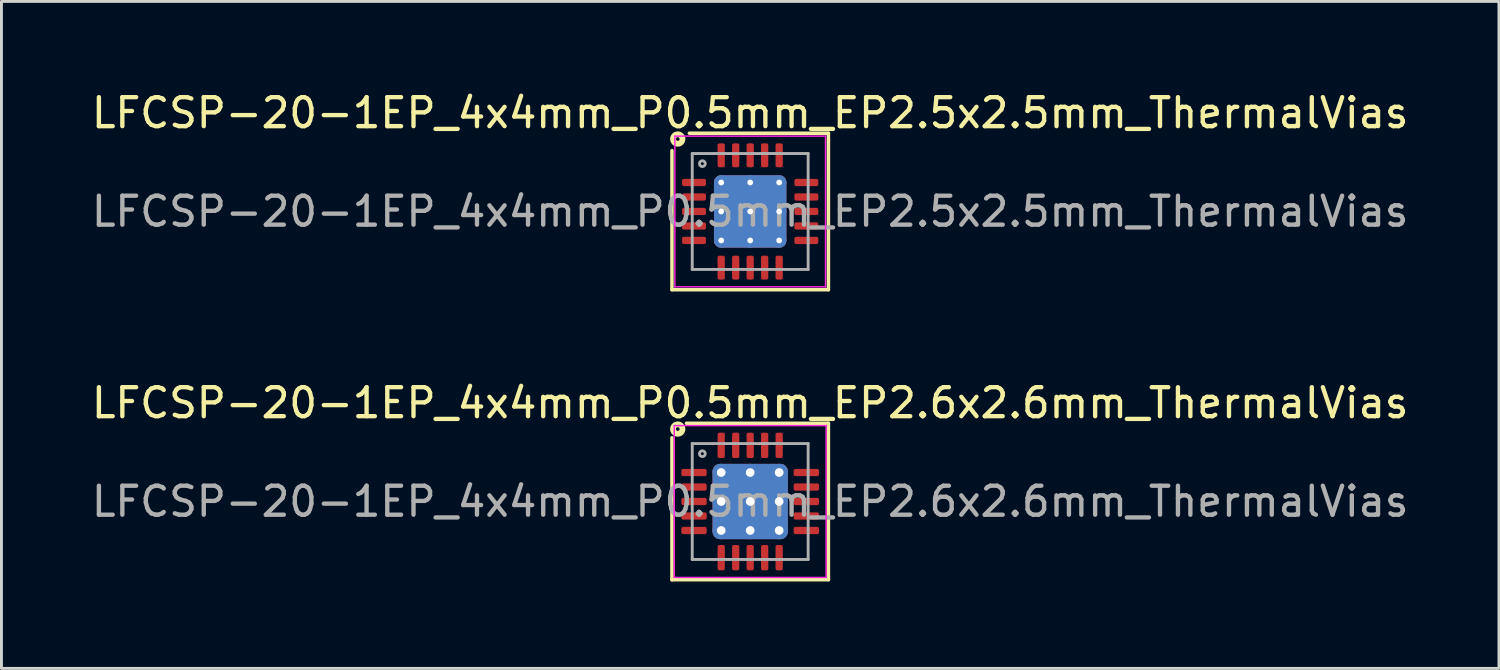
<source format=kicad_pcb>
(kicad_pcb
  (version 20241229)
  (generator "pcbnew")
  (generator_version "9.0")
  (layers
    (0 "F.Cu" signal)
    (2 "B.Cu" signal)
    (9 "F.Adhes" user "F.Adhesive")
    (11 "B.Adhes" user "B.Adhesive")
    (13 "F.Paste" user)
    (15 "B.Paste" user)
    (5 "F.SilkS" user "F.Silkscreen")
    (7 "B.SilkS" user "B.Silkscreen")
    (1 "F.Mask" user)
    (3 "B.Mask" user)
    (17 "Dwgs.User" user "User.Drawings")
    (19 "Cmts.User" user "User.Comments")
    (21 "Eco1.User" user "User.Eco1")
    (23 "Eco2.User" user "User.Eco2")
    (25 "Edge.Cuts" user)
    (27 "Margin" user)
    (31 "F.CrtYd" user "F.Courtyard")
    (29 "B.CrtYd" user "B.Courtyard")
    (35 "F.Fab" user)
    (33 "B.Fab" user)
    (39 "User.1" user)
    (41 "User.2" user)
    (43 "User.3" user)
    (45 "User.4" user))
  (footprint "LFCSP-20-1EP_4x4mm_P0.5mm_EP2.6x2.6mm_ThermalVias"
    (layer "F.Cu")
    (at 22.839 14.257)
    (property "Reference" "LFCSP-20-1EP_4x4mm_P0.5mm_EP2.6x2.6mm_ThermalVias" (at 0 -3.4 0) (layer "F.SilkS") (effects (font (size 1 1) (thickness 0.15))))
    (attr smd)
    (fp_line (start -2.7 2.7) (end -2.7 -2.2) (stroke (width 0.12) (type solid)) (layer "F.SilkS"))
    (fp_line (start 2.7 -2.7) (end -2.2 -2.7) (stroke (width 0.12) (type solid)) (layer "F.SilkS"))
    (fp_line (start 2.7 -2.7) (end 2.7 2.7) (stroke (width 0.12) (type solid)) (layer "F.SilkS"))
    (fp_line (start 2.7 2.7) (end -2.7 2.7) (stroke (width 0.12) (type solid)) (layer "F.SilkS"))
    (fp_circle (center -2.5 -2.5) (end -2.437 -2.5) (stroke (width 0.2) (type solid)) (fill no) (layer "F.SilkS"))
    (fp_line (start -2.62 -2.62) (end -2.62 2.62) (stroke (width 0.05) (type solid)) (layer "F.CrtYd"))
    (fp_line (start -2.62 2.62) (end 2.62 2.62) (stroke (width 0.05) (type solid)) (layer "F.CrtYd"))
    (fp_line (start 2.62 -2.62) (end -2.62 -2.62) (stroke (width 0.05) (type solid)) (layer "F.CrtYd"))
    (fp_line (start 2.62 2.62) (end 2.62 -2.62) (stroke (width 0.05) (type solid)) (layer "F.CrtYd"))
    (fp_line (start -2 -2) (end 2 -2) (stroke (width 0.1) (type solid)) (layer "F.Fab"))
    (fp_line (start -2 2) (end -2 -2) (stroke (width 0.1) (type solid)) (layer "F.Fab"))
    (fp_line (start 2 -2) (end 2 2) (stroke (width 0.1) (type solid)) (layer "F.Fab"))
    (fp_line (start 2 2) (end -2 2) (stroke (width 0.1) (type solid)) (layer "F.Fab"))
    (fp_circle (center -1.65 -1.65) (end -1.55 -1.65) (stroke (width 0.1) (type solid)) (fill no) (layer "F.Fab"))
    (fp_text user "${REFERENCE}" (at 0 0 0) (layer "F.Fab") (effects (font (size 1 1) (thickness 0.15))))
    (pad "" smd roundrect (at -0.65 -0.65) (size 1.09 1.09) (layers "F.Paste") (roundrect_rratio 0.229))
    (pad "" smd roundrect (at -0.65 0.65) (size 1.09 1.09) (layers "F.Paste") (roundrect_rratio 0.229))
    (pad "" smd roundrect (at 0.65 -0.65) (size 1.09 1.09) (layers "F.Paste") (roundrect_rratio 0.229))
    (pad "" smd roundrect (at 0.65 0.65) (size 1.09 1.09) (layers "F.Paste") (roundrect_rratio 0.229))
    (pad "1" smd roundrect (at -1.938 -1) (size 0.875 0.25) (layers "F.Cu" "F.Mask" "F.Paste") (roundrect_rratio 0.25))
    (pad "2" smd roundrect (at -1.938 -0.5) (size 0.875 0.25) (layers "F.Cu" "F.Mask" "F.Paste") (roundrect_rratio 0.25))
    (pad "3" smd roundrect (at -1.938 0) (size 0.875 0.25) (layers "F.Cu" "F.Mask" "F.Paste") (roundrect_rratio 0.25))
    (pad "4" smd roundrect (at -1.938 0.5) (size 0.875 0.25) (layers "F.Cu" "F.Mask" "F.Paste") (roundrect_rratio 0.25))
    (pad "5" smd roundrect (at -1.938 1) (size 0.875 0.25) (layers "F.Cu" "F.Mask" "F.Paste") (roundrect_rratio 0.25))
    (pad "6" smd roundrect (at -1 1.938) (size 0.25 0.875) (layers "F.Cu" "F.Mask" "F.Paste") (roundrect_rratio 0.25))
    (pad "7" smd roundrect (at -0.5 1.938) (size 0.25 0.875) (layers "F.Cu" "F.Mask" "F.Paste") (roundrect_rratio 0.25))
    (pad "8" smd roundrect (at 0 1.938) (size 0.25 0.875) (layers "F.Cu" "F.Mask" "F.Paste") (roundrect_rratio 0.25))
    (pad "9" smd roundrect (at 0.5 1.938) (size 0.25 0.875) (layers "F.Cu" "F.Mask" "F.Paste") (roundrect_rratio 0.25))
    (pad "10" smd roundrect (at 1 1.938) (size 0.25 0.875) (layers "F.Cu" "F.Mask" "F.Paste") (roundrect_rratio 0.25))
    (pad "11" smd roundrect (at 1.938 1) (size 0.875 0.25) (layers "F.Cu" "F.Mask" "F.Paste") (roundrect_rratio 0.25))
    (pad "12" smd roundrect (at 1.938 0.5) (size 0.875 0.25) (layers "F.Cu" "F.Mask" "F.Paste") (roundrect_rratio 0.25))
    (pad "13" smd roundrect (at 1.938 0) (size 0.875 0.25) (layers "F.Cu" "F.Mask" "F.Paste") (roundrect_rratio 0.25))
    (pad "14" smd roundrect (at 1.938 -0.5) (size 0.875 0.25) (layers "F.Cu" "F.Mask" "F.Paste") (roundrect_rratio 0.25))
    (pad "15" smd roundrect (at 1.938 -1) (size 0.875 0.25) (layers "F.Cu" "F.Mask" "F.Paste") (roundrect_rratio 0.25))
    (pad "16" smd roundrect (at 1 -1.938) (size 0.25 0.875) (layers "F.Cu" "F.Mask" "F.Paste") (roundrect_rratio 0.25))
    (pad "17" smd roundrect (at 0.5 -1.938) (size 0.25 0.875) (layers "F.Cu" "F.Mask" "F.Paste") (roundrect_rratio 0.25))
    (pad "18" smd roundrect (at 0 -1.938) (size 0.25 0.875) (layers "F.Cu" "F.Mask" "F.Paste") (roundrect_rratio 0.25))
    (pad "19" smd roundrect (at -0.5 -1.938) (size 0.25 0.875) (layers "F.Cu" "F.Mask" "F.Paste") (roundrect_rratio 0.25))
    (pad "20" smd roundrect (at -1 -1.938) (size 0.25 0.875) (layers "F.Cu" "F.Mask" "F.Paste") (roundrect_rratio 0.25))
    (pad "21" thru_hole circle (at -1 -1) (size 0.6 0.6) (drill 0.3) (property pad_prop_heatsink) (layers "*.Cu"))
    (pad "21" thru_hole circle (at -1 0) (size 0.6 0.6) (drill 0.3) (property pad_prop_heatsink) (layers "*.Cu"))
    (pad "21" thru_hole circle (at -1 1) (size 0.6 0.6) (drill 0.3) (property pad_prop_heatsink) (layers "*.Cu"))
    (pad "21" thru_hole circle (at 0 -1) (size 0.6 0.6) (drill 0.3) (property pad_prop_heatsink) (layers "*.Cu"))
    (pad "21" thru_hole circle (at 0 0) (size 0.6 0.6) (drill 0.3) (property pad_prop_heatsink) (layers "*.Cu"))
    (pad "21" smd roundrect (at 0 0) (size 2.6 2.6) (layers "F.Cu" "F.Mask") (roundrect_rratio 0.096))
    (pad "21" smd roundrect (at 0 0) (size 2.6 2.6) (layers "B.Cu" "B.Mask") (roundrect_rratio 0.096))
    (pad "21" thru_hole circle (at 0 1) (size 0.6 0.6) (drill 0.3) (property pad_prop_heatsink) (layers "*.Cu"))
    (pad "21" thru_hole circle (at 1 -1) (size 0.6 0.6) (drill 0.3) (property pad_prop_heatsink) (layers "*.Cu"))
    (pad "21" thru_hole circle (at 1 0) (size 0.6 0.6) (drill 0.3) (property pad_prop_heatsink) (layers "*.Cu"))
    (pad "21" thru_hole circle (at 1 1) (size 0.6 0.6) (drill 0.3) (property pad_prop_heatsink) (layers "*.Cu")))
  (footprint "LFCSP-20-1EP_4x4mm_P0.5mm_EP2.5x2.5mm_ThermalVias"
    (layer "F.Cu")
    (at 22.839 4.248)
    (property "Reference" "LFCSP-20-1EP_4x4mm_P0.5mm_EP2.5x2.5mm_ThermalVias" (at 0 -3.4 0) (layer "F.SilkS") (effects (font (size 1 1) (thickness 0.15))))
    (attr smd)
    (fp_line (start -2.7 2.7) (end -2.7 -2.1) (stroke (width 0.12) (type solid)) (layer "F.SilkS"))
    (fp_line (start 2.7 -2.7) (end -2.1 -2.7) (stroke (width 0.12) (type solid)) (layer "F.SilkS"))
    (fp_line (start 2.7 -2.7) (end 2.7 2.7) (stroke (width 0.12) (type solid)) (layer "F.SilkS"))
    (fp_line (start 2.7 2.7) (end -2.7 2.7) (stroke (width 0.12) (type solid)) (layer "F.SilkS"))
    (fp_circle (center -2.5 -2.5) (end -2.437 -2.5) (stroke (width 0.2) (type solid)) (fill no) (layer "F.SilkS"))
    (fp_line (start -2.6 -2.6) (end -2.6 2.6) (stroke (width 0.05) (type solid)) (layer "F.CrtYd"))
    (fp_line (start -2.6 2.6) (end 2.6 2.6) (stroke (width 0.05) (type solid)) (layer "F.CrtYd"))
    (fp_line (start 2.6 -2.6) (end -2.6 -2.6) (stroke (width 0.05) (type solid)) (layer "F.CrtYd"))
    (fp_line (start 2.6 2.6) (end 2.6 -2.6) (stroke (width 0.05) (type solid)) (layer "F.CrtYd"))
    (fp_line (start -2 -2) (end 2 -2) (stroke (width 0.1) (type solid)) (layer "F.Fab"))
    (fp_line (start -2 2) (end -2 -2) (stroke (width 0.1) (type solid)) (layer "F.Fab"))
    (fp_line (start 2 -2) (end 2 2) (stroke (width 0.1) (type solid)) (layer "F.Fab"))
    (fp_line (start 2 2) (end -2 2) (stroke (width 0.1) (type solid)) (layer "F.Fab"))
    (fp_circle (center -1.65 -1.65) (end -1.55 -1.65) (stroke (width 0.1) (type solid)) (fill no) (layer "F.Fab"))
    (fp_text user "${REFERENCE}" (at 0 0 0) (layer "F.Fab") (effects (font (size 1 1) (thickness 0.15))))
    (pad "" smd roundrect (at -0.625 -0.625) (size 1.08 1.08) (layers "F.Paste") (roundrect_rratio 0.231))
    (pad "" smd roundrect (at -0.625 0.625) (size 1.08 1.08) (layers "F.Paste") (roundrect_rratio 0.231))
    (pad "" smd roundrect (at 0.625 -0.625) (size 1.08 1.08) (layers "F.Paste") (roundrect_rratio 0.231))
    (pad "" smd roundrect (at 0.625 0.625) (size 1.08 1.08) (layers "F.Paste") (roundrect_rratio 0.231))
    (pad "1" smd roundrect (at -1.938 -1) (size 0.825 0.25) (layers "F.Cu" "F.Mask" "F.Paste") (roundrect_rratio 0.25))
    (pad "2" smd roundrect (at -1.938 -0.5) (size 0.825 0.25) (layers "F.Cu" "F.Mask" "F.Paste") (roundrect_rratio 0.25))
    (pad "3" smd roundrect (at -1.938 0) (size 0.825 0.25) (layers "F.Cu" "F.Mask" "F.Paste") (roundrect_rratio 0.25))
    (pad "4" smd roundrect (at -1.938 0.5) (size 0.825 0.25) (layers "F.Cu" "F.Mask" "F.Paste") (roundrect_rratio 0.25))
    (pad "5" smd roundrect (at -1.938 1) (size 0.825 0.25) (layers "F.Cu" "F.Mask" "F.Paste") (roundrect_rratio 0.25))
    (pad "6" smd roundrect (at -1 1.938) (size 0.25 0.825) (layers "F.Cu" "F.Mask" "F.Paste") (roundrect_rratio 0.25))
    (pad "7" smd roundrect (at -0.5 1.938) (size 0.25 0.825) (layers "F.Cu" "F.Mask" "F.Paste") (roundrect_rratio 0.25))
    (pad "8" smd roundrect (at 0 1.938) (size 0.25 0.825) (layers "F.Cu" "F.Mask" "F.Paste") (roundrect_rratio 0.25))
    (pad "9" smd roundrect (at 0.5 1.938) (size 0.25 0.825) (layers "F.Cu" "F.Mask" "F.Paste") (roundrect_rratio 0.25))
    (pad "10" smd roundrect (at 1 1.938) (size 0.25 0.825) (layers "F.Cu" "F.Mask" "F.Paste") (roundrect_rratio 0.25))
    (pad "11" smd roundrect (at 1.938 1) (size 0.825 0.25) (layers "F.Cu" "F.Mask" "F.Paste") (roundrect_rratio 0.25))
    (pad "12" smd roundrect (at 1.938 0.5) (size 0.825 0.25) (layers "F.Cu" "F.Mask" "F.Paste") (roundrect_rratio 0.25))
    (pad "13" smd roundrect (at 1.938 0) (size 0.825 0.25) (layers "F.Cu" "F.Mask" "F.Paste") (roundrect_rratio 0.25))
    (pad "14" smd roundrect (at 1.938 -0.5) (size 0.825 0.25) (layers "F.Cu" "F.Mask" "F.Paste") (roundrect_rratio 0.25))
    (pad "15" smd roundrect (at 1.938 -1) (size 0.825 0.25) (layers "F.Cu" "F.Mask" "F.Paste") (roundrect_rratio 0.25))
    (pad "16" smd roundrect (at 1 -1.938) (size 0.25 0.825) (layers "F.Cu" "F.Mask" "F.Paste") (roundrect_rratio 0.25))
    (pad "17" smd roundrect (at 0.5 -1.938) (size 0.25 0.825) (layers "F.Cu" "F.Mask" "F.Paste") (roundrect_rratio 0.25))
    (pad "18" smd roundrect (at 0 -1.938) (size 0.25 0.825) (layers "F.Cu" "F.Mask" "F.Paste") (roundrect_rratio 0.25))
    (pad "19" smd roundrect (at -0.5 -1.938) (size 0.25 0.825) (layers "F.Cu" "F.Mask" "F.Paste") (roundrect_rratio 0.25))
    (pad "20" smd roundrect (at -1 -1.938) (size 0.25 0.825) (layers "F.Cu" "F.Mask" "F.Paste") (roundrect_rratio 0.25))
    (pad "21" thru_hole circle (at -1 -1) (size 0.5 0.5) (drill 0.2) (property pad_prop_heatsink) (layers "*.Cu"))
    (pad "21" thru_hole circle (at -1 0) (size 0.5 0.5) (drill 0.2) (property pad_prop_heatsink) (layers "*.Cu"))
    (pad "21" thru_hole circle (at -1 1) (size 0.5 0.5) (drill 0.2) (property pad_prop_heatsink) (layers "*.Cu"))
    (pad "21" thru_hole circle (at 0 -1) (size 0.5 0.5) (drill 0.2) (property pad_prop_heatsink) (layers "*.Cu"))
    (pad "21" thru_hole circle (at 0 0) (size 0.5 0.5) (drill 0.2) (property pad_prop_heatsink) (layers "*.Cu"))
    (pad "21" smd roundrect (at 0 0) (size 2.5 2.5) (layers "F.Cu" "F.Mask") (roundrect_rratio 0.1))
    (pad "21" smd roundrect (at 0 0) (size 2.5 2.5) (layers "B.Cu" "B.Mask") (roundrect_rratio 0.1))
    (pad "21" thru_hole circle (at 0 1) (size 0.5 0.5) (drill 0.2) (property pad_prop_heatsink) (layers "*.Cu"))
    (pad "21" thru_hole circle (at 1 -1) (size 0.5 0.5) (drill 0.2) (property pad_prop_heatsink) (layers "*.Cu"))
    (pad "21" thru_hole circle (at 1 0) (size 0.5 0.5) (drill 0.2) (property pad_prop_heatsink) (layers "*.Cu"))
    (pad "21" thru_hole circle (at 1 1) (size 0.5 0.5) (drill 0.2) (property pad_prop_heatsink) (layers "*.Cu")))
  (gr_rect
    (start -3 -3)
    (end 48.679 20.017)
    (stroke (width 0.1) (type default))
    (fill no)
    (layer "Edge.Cuts")))
</source>
